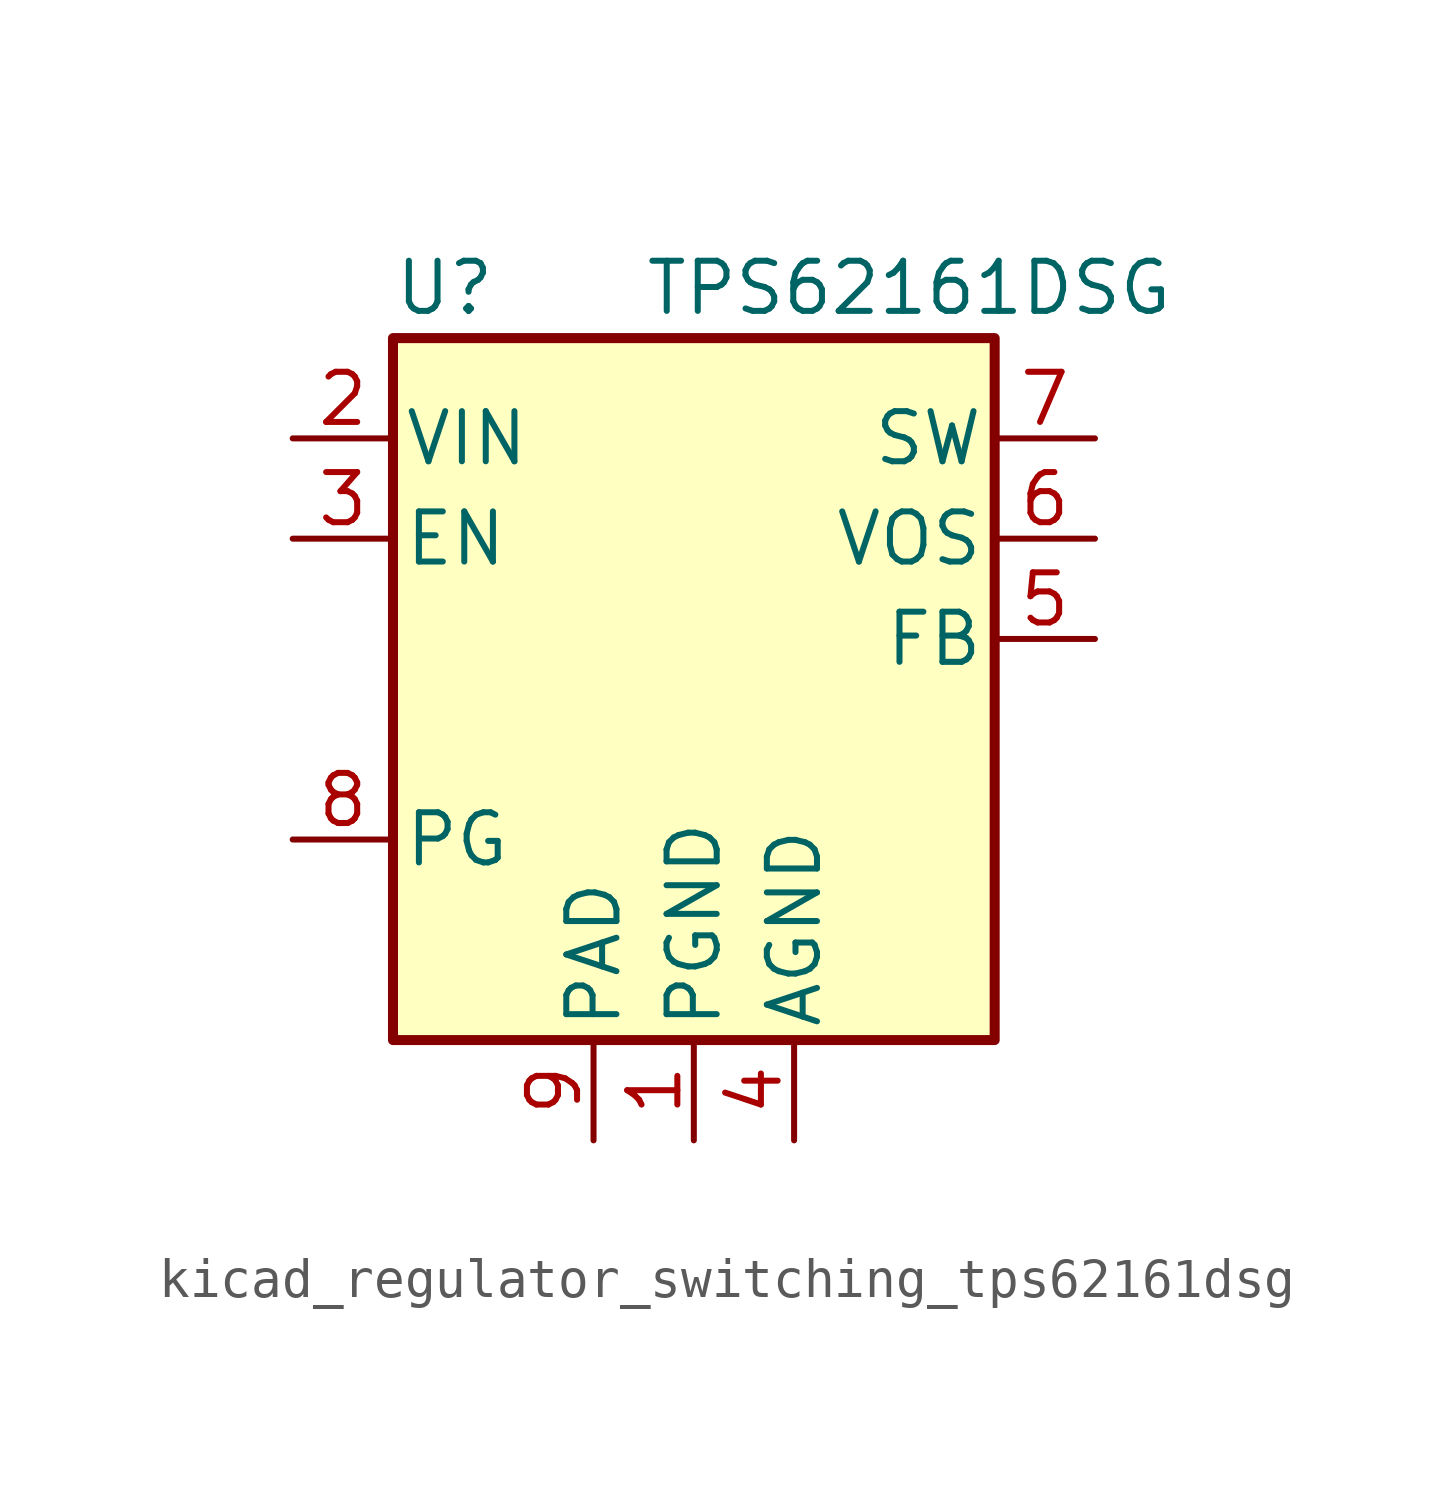
<source format=kicad_sym>
(kicad_symbol_lib
  (version 20220914)
  (generator kicad_symbol_editor)
  (symbol "kicad_regulator_switching_tps62161dsg"
    (pin_names
      (offset 0.254))
    (property "Reference" "U"
      (at -7.62 11.43 0)
      (effects (font (size 1.27 1.27)) (justify left)))
    (property "Value" "TPS62161DSG"
      (at -1.27 11.43 0)
      (effects (font (size 1.27 1.27)) (justify left)))
    (symbol "kicad_regulator_switching_tps62161dsg_0_1"
      (rectangle (start -7.62 10.16) (end 7.62 -7.62) (stroke (width 0.254) (type default)) (fill (type background))))
    (symbol "kicad_regulator_switching_tps62161dsg_1_1"
      (pin power_in line (at 0 -10.16 90) (length 2.54) (name "PGND" (effects (font (size 1.27 1.27)))) (number "1" (effects (font (size 1.27 1.27)))))
      (pin power_in line (at -10.16 7.62 0) (length 2.54) (name "VIN" (effects (font (size 1.27 1.27)))) (number "2" (effects (font (size 1.27 1.27)))))
      (pin input line (at -10.16 5.08 0) (length 2.54) (name "EN" (effects (font (size 1.27 1.27)))) (number "3" (effects (font (size 1.27 1.27)))))
      (pin power_in line (at 2.54 -10.16 90) (length 2.54) (name "AGND" (effects (font (size 1.27 1.27)))) (number "4" (effects (font (size 1.27 1.27)))))
      (pin input line (at 10.16 2.54 180) (length 2.54) (name "FB" (effects (font (size 1.27 1.27)))) (number "5" (effects (font (size 1.27 1.27)))))
      (pin input line (at 10.16 5.08 180) (length 2.54) (name "VOS" (effects (font (size 1.27 1.27)))) (number "6" (effects (font (size 1.27 1.27)))))
      (pin output line (at 10.16 7.62 180) (length 2.54) (name "SW" (effects (font (size 1.27 1.27)))) (number "7" (effects (font (size 1.27 1.27)))))
      (pin open_collector line (at -10.16 -2.54 0) (length 2.54) (name "PG" (effects (font (size 1.27 1.27)))) (number "8" (effects (font (size 1.27 1.27)))))
      (pin power_in line (at -2.54 -10.16 90) (length 2.54) (name "PAD" (effects (font (size 1.27 1.27)))) (number "9" (effects (font (size 1.27 1.27))))))))
</source>
